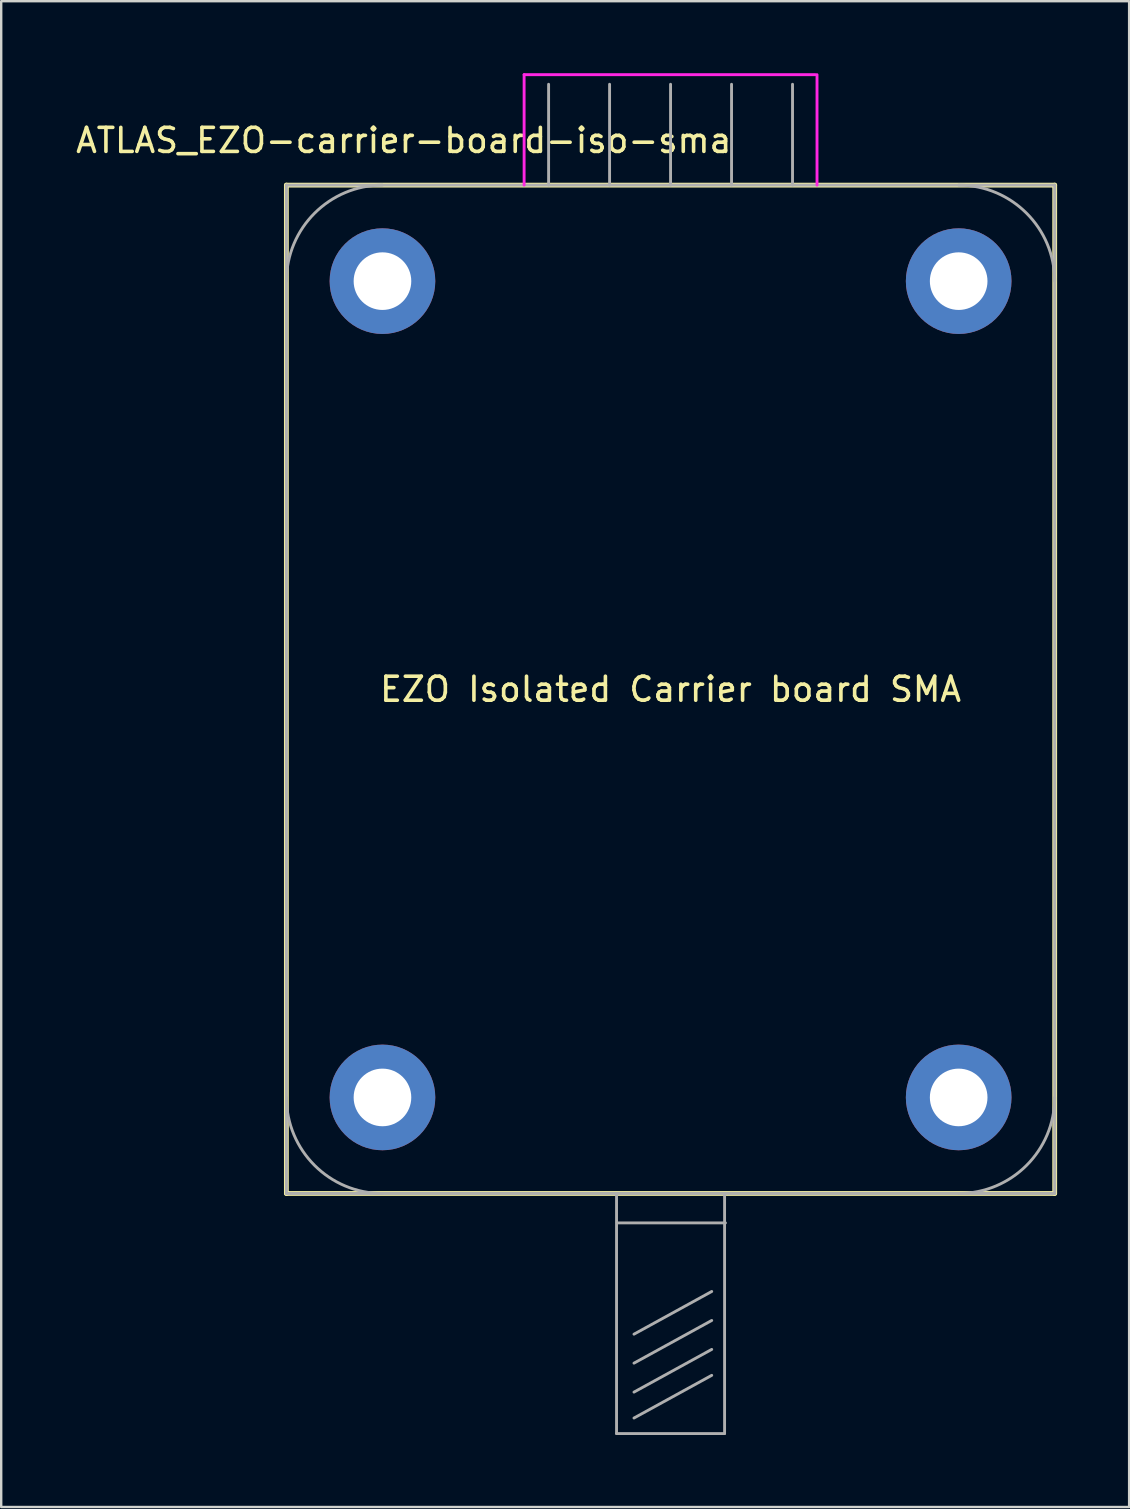
<source format=kicad_pcb>
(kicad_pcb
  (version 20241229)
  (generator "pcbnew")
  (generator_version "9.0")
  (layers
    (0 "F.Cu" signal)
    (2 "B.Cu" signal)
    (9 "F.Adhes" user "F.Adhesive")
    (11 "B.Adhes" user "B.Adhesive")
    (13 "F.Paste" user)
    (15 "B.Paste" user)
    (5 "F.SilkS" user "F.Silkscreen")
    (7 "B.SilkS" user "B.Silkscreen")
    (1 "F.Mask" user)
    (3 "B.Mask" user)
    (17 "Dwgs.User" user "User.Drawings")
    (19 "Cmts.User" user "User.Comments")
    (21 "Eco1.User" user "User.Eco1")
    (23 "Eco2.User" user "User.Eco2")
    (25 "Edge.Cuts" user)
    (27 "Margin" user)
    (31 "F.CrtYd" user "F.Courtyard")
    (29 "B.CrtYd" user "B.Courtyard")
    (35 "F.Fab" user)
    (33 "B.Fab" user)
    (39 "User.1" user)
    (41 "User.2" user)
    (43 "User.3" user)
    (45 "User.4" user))
  (footprint "ATLAS_EZO-carrier-board-iso-sma"
    (layer "F.Cu")
    (at 24.88 25.66)
    (property "Reference" "ATLAS_EZO-carrier-board-iso-sma" (at -11.113 -22.86 0) (layer "F.SilkS") (effects (font (size 1 1) (thickness 0.15))))
    (attr through_hole)
    (fp_line (start -16.002 -21) (end -16.002 21) (stroke (width 0.2) (type solid)) (layer "F.SilkS"))
    (fp_line (start -16.002 21) (end 15.998 21) (stroke (width 0.2) (type solid)) (layer "F.SilkS"))
    (fp_line (start -16 -21) (end 16 -21) (stroke (width 0.2) (type solid)) (layer "F.SilkS"))
    (fp_line (start 16 -21) (end 16 21) (stroke (width 0.2) (type solid)) (layer "F.SilkS"))
    (fp_line (start -6.1 -25.6) (end 6.032 -25.6) (stroke (width 0.12) (type solid)) (layer "F.CrtYd"))
    (fp_line (start -6.1 -21) (end -6.1 -25.6) (stroke (width 0.12) (type solid)) (layer "F.CrtYd"))
    (fp_line (start 6.1 -21) (end 6.1 -25.6) (stroke (width 0.12) (type solid)) (layer "F.CrtYd"))
    (fp_line (start -16 -21) (end -16 21) (stroke (width 0.12) (type solid)) (layer "F.Fab"))
    (fp_line (start -16 -21) (end 16 -21) (stroke (width 0.12) (type solid)) (layer "F.Fab"))
    (fp_line (start -16 21) (end 16 21) (stroke (width 0.12) (type solid)) (layer "F.Fab"))
    (fp_line (start -5.08 -21) (end -5.08 -25.2) (stroke (width 0.12) (type solid)) (layer "F.Fab"))
    (fp_line (start -2.54 -21) (end -2.54 -25.2) (stroke (width 0.12) (type solid)) (layer "F.Fab"))
    (fp_line (start -2.25 21) (end -2.25 31) (stroke (width 0.12) (type solid)) (layer "F.Fab"))
    (fp_line (start -2.25 31) (end 2.25 31) (stroke (width 0.12) (type solid)) (layer "F.Fab"))
    (fp_line (start -2.223 22.225) (end 2.286 22.225) (stroke (width 0.12) (type solid)) (layer "F.Fab"))
    (fp_line (start 0 -21) (end 0 -25.2) (stroke (width 0.12) (type solid)) (layer "F.Fab"))
    (fp_line (start 1.714 25.082) (end -1.524 26.86) (stroke (width 0.12) (type solid)) (layer "F.Fab"))
    (fp_line (start 1.714 26.289) (end -1.524 28.067) (stroke (width 0.12) (type solid)) (layer "F.Fab"))
    (fp_line (start 1.714 27.495) (end -1.524 29.273) (stroke (width 0.12) (type solid)) (layer "F.Fab"))
    (fp_line (start 1.714 28.575) (end -1.524 30.353) (stroke (width 0.12) (type solid)) (layer "F.Fab"))
    (fp_line (start 2.25 21) (end 2.25 31) (stroke (width 0.12) (type solid)) (layer "F.Fab"))
    (fp_line (start 2.54 -21) (end 2.54 -25.2) (stroke (width 0.12) (type solid)) (layer "F.Fab"))
    (fp_line (start 5.08 -21) (end 5.08 -25.2) (stroke (width 0.12) (type solid)) (layer "F.Fab"))
    (fp_line (start 16 -21) (end 16 21) (stroke (width 0.12) (type solid)) (layer "F.Fab"))
    (fp_arc (start -16 -17) (mid -14.828427 -19.828427) (end -12 -21) (stroke (width 0.12) (type solid)) (layer "F.Fab"))
    (fp_arc (start -12 21) (mid -14.828427 19.828427) (end -16 17) (stroke (width 0.12) (type solid)) (layer "F.Fab"))
    (fp_arc (start 12 -21) (mid 14.828427 -19.828427) (end 16 -17) (stroke (width 0.12) (type solid)) (layer "F.Fab"))
    (fp_arc (start 16 17) (mid 14.828427 19.828427) (end 12 21) (stroke (width 0.12) (type solid)) (layer "F.Fab"))
    (fp_text user "EZO Isolated Carrier board SMA" (at 0 0 0) (layer "F.SilkS") (effects (font (size 1 1) (thickness 0.15))))
    (pad "~" thru_hole circle (at -12 -17) (size 4.4 4.4) (drill 2.4) (layers "*.Cu" "*.Mask"))
    (pad "~" thru_hole circle (at -12 17) (size 4.4 4.4) (drill 2.4) (layers "*.Cu" "*.Mask"))
    (pad "~" thru_hole circle (at 12 -17) (size 4.4 4.4) (drill 2.4) (layers "*.Cu" "*.Mask"))
    (pad "~" thru_hole circle (at 12 17) (size 4.4 4.4) (drill 2.4) (layers "*.Cu" "*.Mask")))
  (gr_rect
    (start -3 -3)
    (end 43.98 59.72)
    (stroke (width 0.1) (type default))
    (fill no)
    (layer "Edge.Cuts")))
</source>
